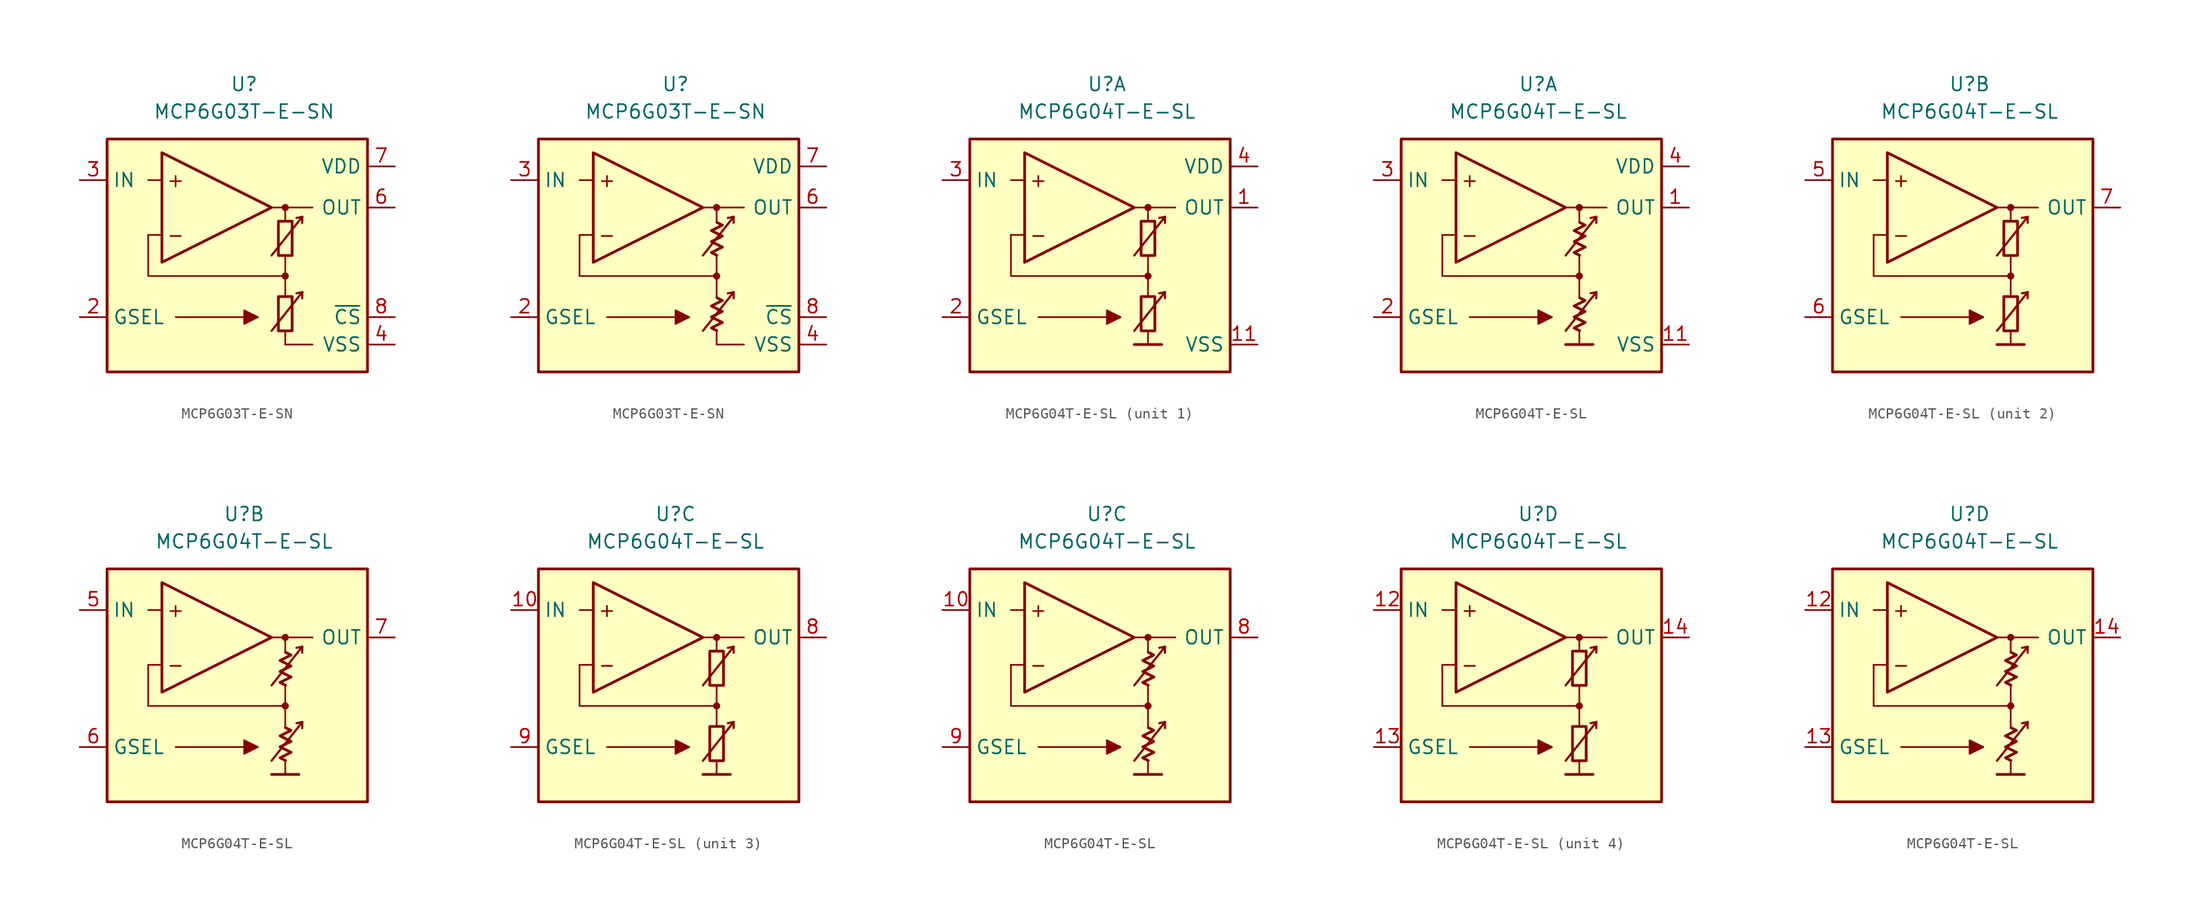
<source format=kicad_sym>
(kicad_symbol_lib
  (version 20231120)
  (generator "kicad_symbol_editor")
  (generator_version "8.0")
  (symbol "MCP6G03T-E-SN"
    (property "Reference" "U"
      (at 0 16.51 0)
      (effects (font (size 1.27 1.27))))
    (property "Value" "MCP6G03T-E-SN"
      (at 0 13.97 0)
      (effects (font (size 1.27 1.27))))
    (symbol "MCP6G03T-E-SN_0_0"
      (rectangle (start -12.7 11.43) (end 11.43 -10.16) (stroke (width 0.254) (type default)) (fill (type background)))
      (polyline (pts (xy 3.81 -3.81)) (stroke (width 0.152) (type default)) (fill (type none)))
      (polyline (pts (xy 3.81 -3.175)) (stroke (width 0.152) (type default)) (fill (type none)))
      (polyline (pts (xy 3.81 3.81)) (stroke (width 0.152) (type default)) (fill (type none)))
      (polyline (pts (xy 3.81 3.81)) (stroke (width 0.152) (type default)) (fill (type none)))
      (polyline (pts (xy -7.62 2.54) (xy -8.89 2.54)) (stroke (width 0.152) (type default)) (fill (type none)))
      (polyline (pts (xy -7.62 7.62) (xy -8.89 7.62)) (stroke (width 0.152) (type default)) (fill (type none)))
      (polyline (pts (xy 2.54 5.08) (xy 6.35 5.08)) (stroke (width 0.152) (type default)) (fill (type none)))
      (polyline (pts (xy 3.81 -7.62) (xy 6.35 -7.62)) (stroke (width 0) (type default)) (fill (type none)))
      (polyline (pts (xy 3.81 -6.35) (xy 3.81 -7.62)) (stroke (width 0.152) (type default)) (fill (type none)))
      (polyline (pts (xy 3.81 -1.27) (xy 3.81 -3.175)) (stroke (width 0.152) (type default)) (fill (type none)))
      (polyline (pts (xy 3.81 0.635) (xy 3.81 -1.27)) (stroke (width 0.152) (type default)) (fill (type none)))
      (polyline (pts (xy 3.81 5.08) (xy 3.81 3.81)) (stroke (width 0.152) (type default)) (fill (type none)))
      (polyline (pts (xy 3.81 -1.27) (xy -8.89 -1.27) (xy -8.89 2.54)) (stroke (width 0.152) (type default)) (fill (type none)))
      (circle (center 3.81 -1.27) (radius 0.254) (stroke (width 0.152) (type default)) (fill (type outline)))
      (circle (center 3.81 5.08) (radius 0.254) (stroke (width 0.152) (type default)) (fill (type outline)))
      (text "+" (at -6.35 7.62 0) (effects (font (size 1.27 1.27))))
      (text "-" (at -6.35 2.54 0) (effects (font (size 1.27 1.27)))))
    (symbol "MCP6G03T-E-SN_0_1"
      (rectangle (start 3.175 -3.175) (end 4.445 -6.35) (stroke (width 0.254) (type default)) (fill (type none)))
      (rectangle (start 3.175 3.81) (end 4.445 0.635) (stroke (width 0.254) (type default)) (fill (type none))))
    (symbol "MCP6G03T-E-SN_0_2"
      (polyline (pts (xy 4.343 -5.572) (xy 3.326 -6.08) (xy 3.834 -6.333)) (stroke (width 0.254) (type default)) (fill (type none)))
      (polyline (pts (xy 4.343 1.413) (xy 3.326 0.905) (xy 3.834 0.651)) (stroke (width 0.254) (type default)) (fill (type none)))
      (polyline (pts (xy 3.834 -3.285) (xy 4.343 -3.539) (xy 3.326 -4.048) (xy 4.343 -4.556) (xy 3.326 -5.064) (xy 4.343 -5.572)) (stroke (width 0.254) (type default)) (fill (type none)))
      (polyline (pts (xy 3.834 3.7) (xy 4.343 3.446) (xy 3.326 2.938) (xy 4.343 2.429) (xy 3.326 1.921) (xy 4.343 1.413)) (stroke (width 0.254) (type default)) (fill (type none))))
    (symbol "MCP6G03T-E-SN_1_0"
      (polyline (pts (xy -6.35 -5.08) (xy 1.27 -5.08)) (stroke (width 0.152) (type default)) (fill (type none)))
      (polyline (pts (xy 5.385 -2.769) (xy 4.851 -2.87)) (stroke (width 0.2) (type default)) (fill (type none)))
      (polyline (pts (xy 5.385 -2.769) (xy 5.385 -3.327)) (stroke (width 0.2) (type default)) (fill (type none)))
      (polyline (pts (xy 5.385 4.216) (xy 4.851 4.115)) (stroke (width 0.2) (type default)) (fill (type none)))
      (polyline (pts (xy 5.385 4.216) (xy 5.385 3.658)) (stroke (width 0.2) (type default)) (fill (type none)))
      (polyline (pts (xy -7.62 10.16) (xy -7.62 0) (xy 2.54 5.08) (xy -7.62 10.16)) (stroke (width 0.254) (type default)) (fill (type background)))
      (polyline (pts (xy 2.54 -6.35) (xy 5.385 -2.769) (xy 5.385 -2.769) (xy 5.385 -2.769)) (stroke (width 0.2) (type default)) (fill (type none)))
      (polyline (pts (xy 2.54 0.635) (xy 5.385 4.216) (xy 5.385 4.216) (xy 5.385 4.216)) (stroke (width 0.2) (type default)) (fill (type none)))
      (polyline (pts (xy 1.27 -5.08) (xy 0 -4.445) (xy 0 -5.715) (xy 1.27 -5.08) (xy 0 -4.445)) (stroke (width 0.152) (type default)) (fill (type outline))))
    (symbol "MCP6G03T-E-SN_1_1"
      (pin free line (at -2.54 -3.81 0) (length 2.54) hide (name "NC" (effects (font (size 1.27 1.27)))) (number "1" (effects (font (size 1.27 1.27)))))
      (pin input line (at -15.24 -5.08 0) (length 2.54) (name "GSEL" (effects (font (size 1.27 1.27)))) (number "2" (effects (font (size 1.27 1.27)))))
      (pin input line (at -15.24 7.62 0) (length 2.54) (name "IN" (effects (font (size 1.27 1.27)))) (number "3" (effects (font (size 1.27 1.27)))))
      (pin power_in line (at 13.97 -7.62 180) (length 2.54) (name "VSS" (effects (font (size 1.27 1.27)))) (number "4" (effects (font (size 1.27 1.27)))))
      (pin free line (at -2.54 -6.35 0) (length 2.54) hide (name "NC" (effects (font (size 1.27 1.27)))) (number "5" (effects (font (size 1.27 1.27)))))
      (pin output line (at 13.97 5.08 180) (length 2.54) (name "OUT" (effects (font (size 1.27 1.27)))) (number "6" (effects (font (size 1.27 1.27)))))
      (pin power_in line (at 13.97 8.89 180) (length 2.54) (name "VDD" (effects (font (size 1.27 1.27)))) (number "7" (effects (font (size 1.27 1.27)))))
      (pin input line (at 13.97 -5.08 180) (length 2.54) (name "~{CS}" (effects (font (size 1.27 1.27)))) (number "8" (effects (font (size 1.27 1.27))))))
    (symbol "MCP6G03T-E-SN_1_2"
      (pin free line (at -2.54 -3.81 0) (length 2.54) hide (name "NC" (effects (font (size 1.27 1.27)))) (number "1" (effects (font (size 1.27 1.27)))))
      (pin input line (at -15.24 -5.08 0) (length 2.54) (name "GSEL" (effects (font (size 1.27 1.27)))) (number "2" (effects (font (size 1.27 1.27)))))
      (pin input line (at -15.24 7.62 0) (length 2.54) (name "IN" (effects (font (size 1.27 1.27)))) (number "3" (effects (font (size 1.27 1.27)))))
      (pin power_in line (at 13.97 -7.62 180) (length 2.54) (name "VSS" (effects (font (size 1.27 1.27)))) (number "4" (effects (font (size 1.27 1.27)))))
      (pin free line (at -2.54 -6.35 0) (length 2.54) hide (name "NC" (effects (font (size 1.27 1.27)))) (number "5" (effects (font (size 1.27 1.27)))))
      (pin output line (at 13.97 5.08 180) (length 2.54) (name "OUT" (effects (font (size 1.27 1.27)))) (number "6" (effects (font (size 1.27 1.27)))))
      (pin power_in line (at 13.97 8.89 180) (length 2.54) (name "VDD" (effects (font (size 1.27 1.27)))) (number "7" (effects (font (size 1.27 1.27)))))
      (pin input line (at 13.97 -5.08 180) (length 2.54) (name "~{CS}" (effects (font (size 1.27 1.27)))) (number "8" (effects (font (size 1.27 1.27)))))))
  (symbol "MCP6G04T-E-SL"
    (property "Reference" "U"
      (at 0 16.51 0)
      (effects (font (size 1.27 1.27))))
    (property "Value" "MCP6G04T-E-SL"
      (at 0 13.97 0)
      (effects (font (size 1.27 1.27))))
    (property "ki_locked" ""
      (at 0 0 0)
      (effects (font (size 1.27 1.27))))
    (symbol "MCP6G04T-E-SL_0_0"
      (rectangle (start -12.7 11.43) (end 11.43 -10.16) (stroke (width 0.254) (type default)) (fill (type background)))
      (polyline (pts (xy 3.81 -3.81)) (stroke (width 0.152) (type default)) (fill (type none)))
      (polyline (pts (xy 3.81 -3.175)) (stroke (width 0.152) (type default)) (fill (type none)))
      (polyline (pts (xy 3.81 3.81)) (stroke (width 0.152) (type default)) (fill (type none)))
      (polyline (pts (xy 3.81 3.81)) (stroke (width 0.152) (type default)) (fill (type none)))
      (polyline (pts (xy -7.62 2.54) (xy -8.89 2.54)) (stroke (width 0.152) (type default)) (fill (type none)))
      (polyline (pts (xy -7.62 7.62) (xy -8.89 7.62)) (stroke (width 0.152) (type default)) (fill (type none)))
      (polyline (pts (xy -6.35 -5.08) (xy 1.27 -5.08)) (stroke (width 0.152) (type default)) (fill (type none)))
      (polyline (pts (xy 2.54 -7.62) (xy 5.08 -7.62)) (stroke (width 0.254) (type default)) (fill (type none)))
      (polyline (pts (xy 2.54 5.08) (xy 6.35 5.08)) (stroke (width 0.152) (type default)) (fill (type none)))
      (polyline (pts (xy 3.81 -6.35) (xy 3.81 -7.62)) (stroke (width 0.152) (type default)) (fill (type none)))
      (polyline (pts (xy 3.81 -1.27) (xy 3.81 -3.175)) (stroke (width 0.152) (type default)) (fill (type none)))
      (polyline (pts (xy 3.81 0.635) (xy 3.81 -1.27)) (stroke (width 0.152) (type default)) (fill (type none)))
      (polyline (pts (xy 3.81 5.08) (xy 3.81 3.81)) (stroke (width 0.152) (type default)) (fill (type none)))
      (polyline (pts (xy 5.385 -2.769) (xy 4.851 -2.87)) (stroke (width 0.2) (type default)) (fill (type none)))
      (polyline (pts (xy 5.385 -2.769) (xy 5.385 -3.327)) (stroke (width 0.2) (type default)) (fill (type none)))
      (polyline (pts (xy 5.385 4.216) (xy 4.851 4.115)) (stroke (width 0.2) (type default)) (fill (type none)))
      (polyline (pts (xy 5.385 4.216) (xy 5.385 3.658)) (stroke (width 0.2) (type default)) (fill (type none)))
      (polyline (pts (xy 3.81 -1.27) (xy -8.89 -1.27) (xy -8.89 2.54)) (stroke (width 0.152) (type default)) (fill (type none)))
      (polyline (pts (xy -7.62 10.16) (xy -7.62 0) (xy 2.54 5.08) (xy -7.62 10.16)) (stroke (width 0.254) (type default)) (fill (type background)))
      (polyline (pts (xy 2.54 -6.35) (xy 5.385 -2.769) (xy 5.385 -2.769) (xy 5.385 -2.769)) (stroke (width 0.2) (type default)) (fill (type none)))
      (polyline (pts (xy 2.54 0.635) (xy 5.385 4.216) (xy 5.385 4.216) (xy 5.385 4.216)) (stroke (width 0.2) (type default)) (fill (type none)))
      (polyline (pts (xy 1.27 -5.08) (xy 0 -4.445) (xy 0 -5.715) (xy 1.27 -5.08) (xy 0 -4.445)) (stroke (width 0.152) (type default)) (fill (type outline)))
      (circle (center 3.81 -1.27) (radius 0.254) (stroke (width 0.152) (type default)) (fill (type outline)))
      (circle (center 3.81 5.08) (radius 0.254) (stroke (width 0.152) (type default)) (fill (type outline)))
      (text "+" (at -6.35 7.62 0) (effects (font (size 1.27 1.27))))
      (text "-" (at -6.35 2.54 0) (effects (font (size 1.27 1.27)))))
    (symbol "MCP6G04T-E-SL_0_1"
      (rectangle (start 3.175 -3.175) (end 4.445 -6.35) (stroke (width 0.254) (type default)) (fill (type none)))
      (rectangle (start 3.175 3.81) (end 4.445 0.635) (stroke (width 0.254) (type default)) (fill (type none))))
    (symbol "MCP6G04T-E-SL_0_2"
      (polyline (pts (xy 4.343 -5.572) (xy 3.326 -6.08) (xy 3.834 -6.333)) (stroke (width 0.254) (type default)) (fill (type none)))
      (polyline (pts (xy 4.343 1.413) (xy 3.326 0.905) (xy 3.834 0.651)) (stroke (width 0.254) (type default)) (fill (type none)))
      (polyline (pts (xy 3.834 -3.285) (xy 4.343 -3.539) (xy 3.326 -4.048) (xy 4.343 -4.556) (xy 3.326 -5.064) (xy 4.343 -5.572)) (stroke (width 0.254) (type default)) (fill (type none)))
      (polyline (pts (xy 3.834 3.7) (xy 4.343 3.446) (xy 3.326 2.938) (xy 4.343 2.429) (xy 3.326 1.921) (xy 4.343 1.413)) (stroke (width 0.254) (type default)) (fill (type none))))
    (symbol "MCP6G04T-E-SL_1_1"
      (pin output line (at 13.97 5.08 180) (length 2.54) (name "OUT" (effects (font (size 1.27 1.27)))) (number "1" (effects (font (size 1.27 1.27)))))
      (pin power_in line (at 13.97 -7.62 180) (length 2.54) (name "VSS" (effects (font (size 1.27 1.27)))) (number "11" (effects (font (size 1.27 1.27)))))
      (pin input line (at -15.24 -5.08 0) (length 2.54) (name "GSEL" (effects (font (size 1.27 1.27)))) (number "2" (effects (font (size 1.27 1.27)))))
      (pin input line (at -15.24 7.62 0) (length 2.54) (name "IN" (effects (font (size 1.27 1.27)))) (number "3" (effects (font (size 1.27 1.27)))))
      (pin power_in line (at 13.97 8.89 180) (length 2.54) (name "VDD" (effects (font (size 1.27 1.27)))) (number "4" (effects (font (size 1.27 1.27))))))
    (symbol "MCP6G04T-E-SL_1_2"
      (pin output line (at 13.97 5.08 180) (length 2.54) (name "OUT" (effects (font (size 1.27 1.27)))) (number "1" (effects (font (size 1.27 1.27)))))
      (pin power_in line (at 13.97 -7.62 180) (length 2.54) (name "VSS" (effects (font (size 1.27 1.27)))) (number "11" (effects (font (size 1.27 1.27)))))
      (pin input line (at -15.24 -5.08 0) (length 2.54) (name "GSEL" (effects (font (size 1.27 1.27)))) (number "2" (effects (font (size 1.27 1.27)))))
      (pin input line (at -15.24 7.62 0) (length 2.54) (name "IN" (effects (font (size 1.27 1.27)))) (number "3" (effects (font (size 1.27 1.27)))))
      (pin power_in line (at 13.97 8.89 180) (length 2.54) (name "VDD" (effects (font (size 1.27 1.27)))) (number "4" (effects (font (size 1.27 1.27))))))
    (symbol "MCP6G04T-E-SL_2_1"
      (pin input line (at -15.24 7.62 0) (length 2.54) (name "IN" (effects (font (size 1.27 1.27)))) (number "5" (effects (font (size 1.27 1.27)))))
      (pin input line (at -15.24 -5.08 0) (length 2.54) (name "GSEL" (effects (font (size 1.27 1.27)))) (number "6" (effects (font (size 1.27 1.27)))))
      (pin output line (at 13.97 5.08 180) (length 2.54) (name "OUT" (effects (font (size 1.27 1.27)))) (number "7" (effects (font (size 1.27 1.27))))))
    (symbol "MCP6G04T-E-SL_2_2"
      (pin input line (at -15.24 7.62 0) (length 2.54) (name "IN" (effects (font (size 1.27 1.27)))) (number "5" (effects (font (size 1.27 1.27)))))
      (pin input line (at -15.24 -5.08 0) (length 2.54) (name "GSEL" (effects (font (size 1.27 1.27)))) (number "6" (effects (font (size 1.27 1.27)))))
      (pin output line (at 13.97 5.08 180) (length 2.54) (name "OUT" (effects (font (size 1.27 1.27)))) (number "7" (effects (font (size 1.27 1.27))))))
    (symbol "MCP6G04T-E-SL_3_1"
      (pin input line (at -15.24 7.62 0) (length 2.54) (name "IN" (effects (font (size 1.27 1.27)))) (number "10" (effects (font (size 1.27 1.27)))))
      (pin output line (at 13.97 5.08 180) (length 2.54) (name "OUT" (effects (font (size 1.27 1.27)))) (number "8" (effects (font (size 1.27 1.27)))))
      (pin input line (at -15.24 -5.08 0) (length 2.54) (name "GSEL" (effects (font (size 1.27 1.27)))) (number "9" (effects (font (size 1.27 1.27))))))
    (symbol "MCP6G04T-E-SL_3_2"
      (pin input line (at -15.24 7.62 0) (length 2.54) (name "IN" (effects (font (size 1.27 1.27)))) (number "10" (effects (font (size 1.27 1.27)))))
      (pin output line (at 13.97 5.08 180) (length 2.54) (name "OUT" (effects (font (size 1.27 1.27)))) (number "8" (effects (font (size 1.27 1.27)))))
      (pin input line (at -15.24 -5.08 0) (length 2.54) (name "GSEL" (effects (font (size 1.27 1.27)))) (number "9" (effects (font (size 1.27 1.27))))))
    (symbol "MCP6G04T-E-SL_4_1"
      (pin input line (at -15.24 7.62 0) (length 2.54) (name "IN" (effects (font (size 1.27 1.27)))) (number "12" (effects (font (size 1.27 1.27)))))
      (pin input line (at -15.24 -5.08 0) (length 2.54) (name "GSEL" (effects (font (size 1.27 1.27)))) (number "13" (effects (font (size 1.27 1.27)))))
      (pin output line (at 13.97 5.08 180) (length 2.54) (name "OUT" (effects (font (size 1.27 1.27)))) (number "14" (effects (font (size 1.27 1.27))))))
    (symbol "MCP6G04T-E-SL_4_2"
      (pin input line (at -15.24 7.62 0) (length 2.54) (name "IN" (effects (font (size 1.27 1.27)))) (number "12" (effects (font (size 1.27 1.27)))))
      (pin input line (at -15.24 -5.08 0) (length 2.54) (name "GSEL" (effects (font (size 1.27 1.27)))) (number "13" (effects (font (size 1.27 1.27)))))
      (pin output line (at 13.97 5.08 180) (length 2.54) (name "OUT" (effects (font (size 1.27 1.27)))) (number "14" (effects (font (size 1.27 1.27))))))))
</source>
